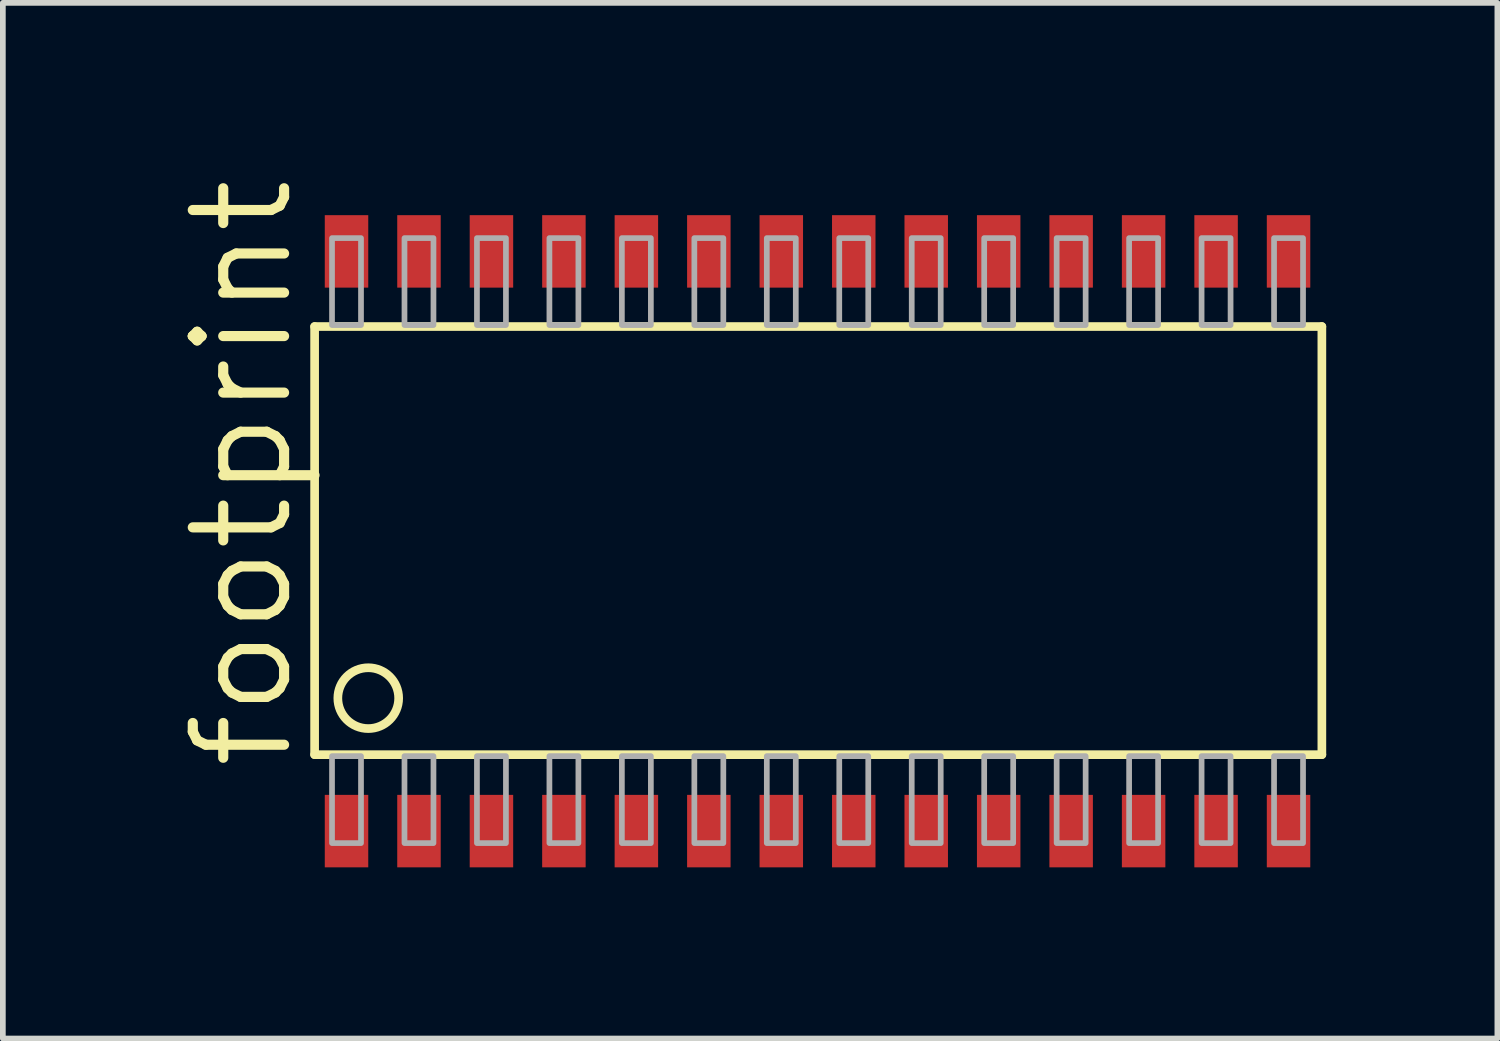
<source format=kicad_pcb>
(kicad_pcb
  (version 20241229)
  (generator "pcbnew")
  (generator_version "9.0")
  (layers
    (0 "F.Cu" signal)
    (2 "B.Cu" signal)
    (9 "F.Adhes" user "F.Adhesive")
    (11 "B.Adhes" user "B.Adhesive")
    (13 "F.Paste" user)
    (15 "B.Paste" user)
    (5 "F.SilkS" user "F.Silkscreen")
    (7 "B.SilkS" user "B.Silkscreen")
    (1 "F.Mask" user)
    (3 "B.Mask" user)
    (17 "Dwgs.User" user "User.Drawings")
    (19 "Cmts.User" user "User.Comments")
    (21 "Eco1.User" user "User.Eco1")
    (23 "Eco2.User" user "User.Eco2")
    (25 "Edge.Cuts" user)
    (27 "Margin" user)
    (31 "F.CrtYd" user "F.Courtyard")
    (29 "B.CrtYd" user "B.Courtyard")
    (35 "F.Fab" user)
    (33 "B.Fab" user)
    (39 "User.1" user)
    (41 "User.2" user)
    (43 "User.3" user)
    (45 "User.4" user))
  (footprint "footprint"
    (layer "F.Cu")
    (at 11.278 6.436)
    (property "Reference" "footprint" (at -9.144 4.064 90) (layer "F.SilkS") (effects (font (size 1.6 1.6) (thickness 0.178)) (justify left bottom)))
    (fp_line (start -8.814 -3.763) (end -8.814 3.74) (stroke (width 0.152) (type solid)) (layer "F.SilkS"))
    (fp_line (start -8.814 3.74) (end 8.839 3.74) (stroke (width 0.152) (type solid)) (layer "F.SilkS"))
    (fp_line (start 8.839 -3.763) (end -8.814 -3.763) (stroke (width 0.152) (type solid)) (layer "F.SilkS"))
    (fp_line (start 8.839 3.74) (end 8.839 -3.763) (stroke (width 0.152) (type solid)) (layer "F.SilkS"))
    (fp_circle (center -7.874 2.75) (end -7.341 2.75) (stroke (width 0.152) (type solid)) (fill no) (layer "F.SilkS"))
    (fp_poly (pts (xy -8.509 -3.789) (xy -8.001 -3.789) (xy -8.001 -5.313) (xy -8.509 -5.313)) (stroke (width 0.1) (type solid)) (fill no) (layer "F.Fab"))
    (fp_poly (pts (xy -8.509 5.29) (xy -8.001 5.29) (xy -8.001 3.766) (xy -8.509 3.766)) (stroke (width 0.1) (type solid)) (fill no) (layer "F.Fab"))
    (fp_poly (pts (xy -7.239 -3.789) (xy -6.731 -3.789) (xy -6.731 -5.313) (xy -7.239 -5.313)) (stroke (width 0.1) (type solid)) (fill no) (layer "F.Fab"))
    (fp_poly (pts (xy -7.239 5.29) (xy -6.731 5.29) (xy -6.731 3.766) (xy -7.239 3.766)) (stroke (width 0.1) (type solid)) (fill no) (layer "F.Fab"))
    (fp_poly (pts (xy -5.969 -3.789) (xy -5.461 -3.789) (xy -5.461 -5.313) (xy -5.969 -5.313)) (stroke (width 0.1) (type solid)) (fill no) (layer "F.Fab"))
    (fp_poly (pts (xy -5.969 5.29) (xy -5.461 5.29) (xy -5.461 3.766) (xy -5.969 3.766)) (stroke (width 0.1) (type solid)) (fill no) (layer "F.Fab"))
    (fp_poly (pts (xy -4.699 -3.789) (xy -4.191 -3.789) (xy -4.191 -5.313) (xy -4.699 -5.313)) (stroke (width 0.1) (type solid)) (fill no) (layer "F.Fab"))
    (fp_poly (pts (xy -4.699 5.29) (xy -4.191 5.29) (xy -4.191 3.766) (xy -4.699 3.766)) (stroke (width 0.1) (type solid)) (fill no) (layer "F.Fab"))
    (fp_poly (pts (xy -3.429 -3.789) (xy -2.921 -3.789) (xy -2.921 -5.313) (xy -3.429 -5.313)) (stroke (width 0.1) (type solid)) (fill no) (layer "F.Fab"))
    (fp_poly (pts (xy -3.429 5.29) (xy -2.921 5.29) (xy -2.921 3.766) (xy -3.429 3.766)) (stroke (width 0.1) (type solid)) (fill no) (layer "F.Fab"))
    (fp_poly (pts (xy -2.159 -3.789) (xy -1.651 -3.789) (xy -1.651 -5.313) (xy -2.159 -5.313)) (stroke (width 0.1) (type solid)) (fill no) (layer "F.Fab"))
    (fp_poly (pts (xy -2.159 5.29) (xy -1.651 5.29) (xy -1.651 3.766) (xy -2.159 3.766)) (stroke (width 0.1) (type solid)) (fill no) (layer "F.Fab"))
    (fp_poly (pts (xy -0.889 -3.789) (xy -0.381 -3.789) (xy -0.381 -5.313) (xy -0.889 -5.313)) (stroke (width 0.1) (type solid)) (fill no) (layer "F.Fab"))
    (fp_poly (pts (xy -0.889 5.29) (xy -0.381 5.29) (xy -0.381 3.766) (xy -0.889 3.766)) (stroke (width 0.1) (type solid)) (fill no) (layer "F.Fab"))
    (fp_poly (pts (xy 0.381 -3.789) (xy 0.889 -3.789) (xy 0.889 -5.313) (xy 0.381 -5.313)) (stroke (width 0.1) (type solid)) (fill no) (layer "F.Fab"))
    (fp_poly (pts (xy 0.381 5.29) (xy 0.889 5.29) (xy 0.889 3.766) (xy 0.381 3.766)) (stroke (width 0.1) (type solid)) (fill no) (layer "F.Fab"))
    (fp_poly (pts (xy 1.651 -3.789) (xy 2.159 -3.789) (xy 2.159 -5.313) (xy 1.651 -5.313)) (stroke (width 0.1) (type solid)) (fill no) (layer "F.Fab"))
    (fp_poly (pts (xy 1.651 5.29) (xy 2.159 5.29) (xy 2.159 3.766) (xy 1.651 3.766)) (stroke (width 0.1) (type solid)) (fill no) (layer "F.Fab"))
    (fp_poly (pts (xy 2.921 -3.789) (xy 3.429 -3.789) (xy 3.429 -5.313) (xy 2.921 -5.313)) (stroke (width 0.1) (type solid)) (fill no) (layer "F.Fab"))
    (fp_poly (pts (xy 2.921 5.29) (xy 3.429 5.29) (xy 3.429 3.766) (xy 2.921 3.766)) (stroke (width 0.1) (type solid)) (fill no) (layer "F.Fab"))
    (fp_poly (pts (xy 4.191 -3.789) (xy 4.699 -3.789) (xy 4.699 -5.313) (xy 4.191 -5.313)) (stroke (width 0.1) (type solid)) (fill no) (layer "F.Fab"))
    (fp_poly (pts (xy 4.191 5.29) (xy 4.699 5.29) (xy 4.699 3.766) (xy 4.191 3.766)) (stroke (width 0.1) (type solid)) (fill no) (layer "F.Fab"))
    (fp_poly (pts (xy 5.461 -3.789) (xy 5.969 -3.789) (xy 5.969 -5.313) (xy 5.461 -5.313)) (stroke (width 0.1) (type solid)) (fill no) (layer "F.Fab"))
    (fp_poly (pts (xy 5.461 5.29) (xy 5.969 5.29) (xy 5.969 3.766) (xy 5.461 3.766)) (stroke (width 0.1) (type solid)) (fill no) (layer "F.Fab"))
    (fp_poly (pts (xy 6.731 -3.789) (xy 7.239 -3.789) (xy 7.239 -5.313) (xy 6.731 -5.313)) (stroke (width 0.1) (type solid)) (fill no) (layer "F.Fab"))
    (fp_poly (pts (xy 6.731 5.29) (xy 7.239 5.29) (xy 7.239 3.766) (xy 6.731 3.766)) (stroke (width 0.1) (type solid)) (fill no) (layer "F.Fab"))
    (fp_poly (pts (xy 8.001 -3.789) (xy 8.509 -3.789) (xy 8.509 -5.313) (xy 8.001 -5.313)) (stroke (width 0.1) (type solid)) (fill no) (layer "F.Fab"))
    (fp_poly (pts (xy 8.001 5.29) (xy 8.509 5.29) (xy 8.509 3.766) (xy 8.001 3.766)) (stroke (width 0.1) (type solid)) (fill no) (layer "F.Fab"))
    (pad "1" smd rect (at -8.255 5.08) (size 0.762 1.27) (layers "F.Cu" "F.Mask" "F.Paste"))
    (pad "2" smd rect (at -6.985 5.08) (size 0.762 1.27) (layers "F.Cu" "F.Mask" "F.Paste"))
    (pad "3" smd rect (at -5.715 5.08) (size 0.762 1.27) (layers "F.Cu" "F.Mask" "F.Paste"))
    (pad "4" smd rect (at -4.445 5.08) (size 0.762 1.27) (layers "F.Cu" "F.Mask" "F.Paste"))
    (pad "5" smd rect (at -3.175 5.08) (size 0.762 1.27) (layers "F.Cu" "F.Mask" "F.Paste"))
    (pad "6" smd rect (at -1.905 5.08) (size 0.762 1.27) (layers "F.Cu" "F.Mask" "F.Paste"))
    (pad "7" smd rect (at -0.635 5.08) (size 0.762 1.27) (layers "F.Cu" "F.Mask" "F.Paste"))
    (pad "8" smd rect (at 0.635 5.08) (size 0.762 1.27) (layers "F.Cu" "F.Mask" "F.Paste"))
    (pad "9" smd rect (at 1.905 5.08) (size 0.762 1.27) (layers "F.Cu" "F.Mask" "F.Paste"))
    (pad "10" smd rect (at 3.175 5.08) (size 0.762 1.27) (layers "F.Cu" "F.Mask" "F.Paste"))
    (pad "11" smd rect (at 4.445 5.08) (size 0.762 1.27) (layers "F.Cu" "F.Mask" "F.Paste"))
    (pad "12" smd rect (at 5.715 5.08) (size 0.762 1.27) (layers "F.Cu" "F.Mask" "F.Paste"))
    (pad "13" smd rect (at 6.985 5.08) (size 0.762 1.27) (layers "F.Cu" "F.Mask" "F.Paste"))
    (pad "14" smd rect (at 8.255 5.08) (size 0.762 1.27) (layers "F.Cu" "F.Mask" "F.Paste"))
    (pad "15" smd rect (at 8.255 -5.08) (size 0.762 1.27) (layers "F.Cu" "F.Mask" "F.Paste"))
    (pad "16" smd rect (at 6.985 -5.08) (size 0.762 1.27) (layers "F.Cu" "F.Mask" "F.Paste"))
    (pad "17" smd rect (at 5.715 -5.08) (size 0.762 1.27) (layers "F.Cu" "F.Mask" "F.Paste"))
    (pad "18" smd rect (at 4.445 -5.08) (size 0.762 1.27) (layers "F.Cu" "F.Mask" "F.Paste"))
    (pad "19" smd rect (at 3.175 -5.08) (size 0.762 1.27) (layers "F.Cu" "F.Mask" "F.Paste"))
    (pad "20" smd rect (at 1.905 -5.08) (size 0.762 1.27) (layers "F.Cu" "F.Mask" "F.Paste"))
    (pad "21" smd rect (at 0.635 -5.08) (size 0.762 1.27) (layers "F.Cu" "F.Mask" "F.Paste"))
    (pad "22" smd rect (at -0.635 -5.08) (size 0.762 1.27) (layers "F.Cu" "F.Mask" "F.Paste"))
    (pad "23" smd rect (at -1.905 -5.08) (size 0.762 1.27) (layers "F.Cu" "F.Mask" "F.Paste"))
    (pad "24" smd rect (at -3.175 -5.08) (size 0.762 1.27) (layers "F.Cu" "F.Mask" "F.Paste"))
    (pad "25" smd rect (at -4.445 -5.08) (size 0.762 1.27) (layers "F.Cu" "F.Mask" "F.Paste"))
    (pad "26" smd rect (at -5.715 -5.08) (size 0.762 1.27) (layers "F.Cu" "F.Mask" "F.Paste"))
    (pad "27" smd rect (at -6.985 -5.08) (size 0.762 1.27) (layers "F.Cu" "F.Mask" "F.Paste"))
    (pad "28" smd rect (at -8.255 -5.08) (size 0.762 1.27) (layers "F.Cu" "F.Mask" "F.Paste")))
  (gr_rect
    (start -3 -3)
    (end 23.193 15.151)
    (stroke (width 0.1) (type default))
    (fill no)
    (layer "Edge.Cuts")))
</source>
